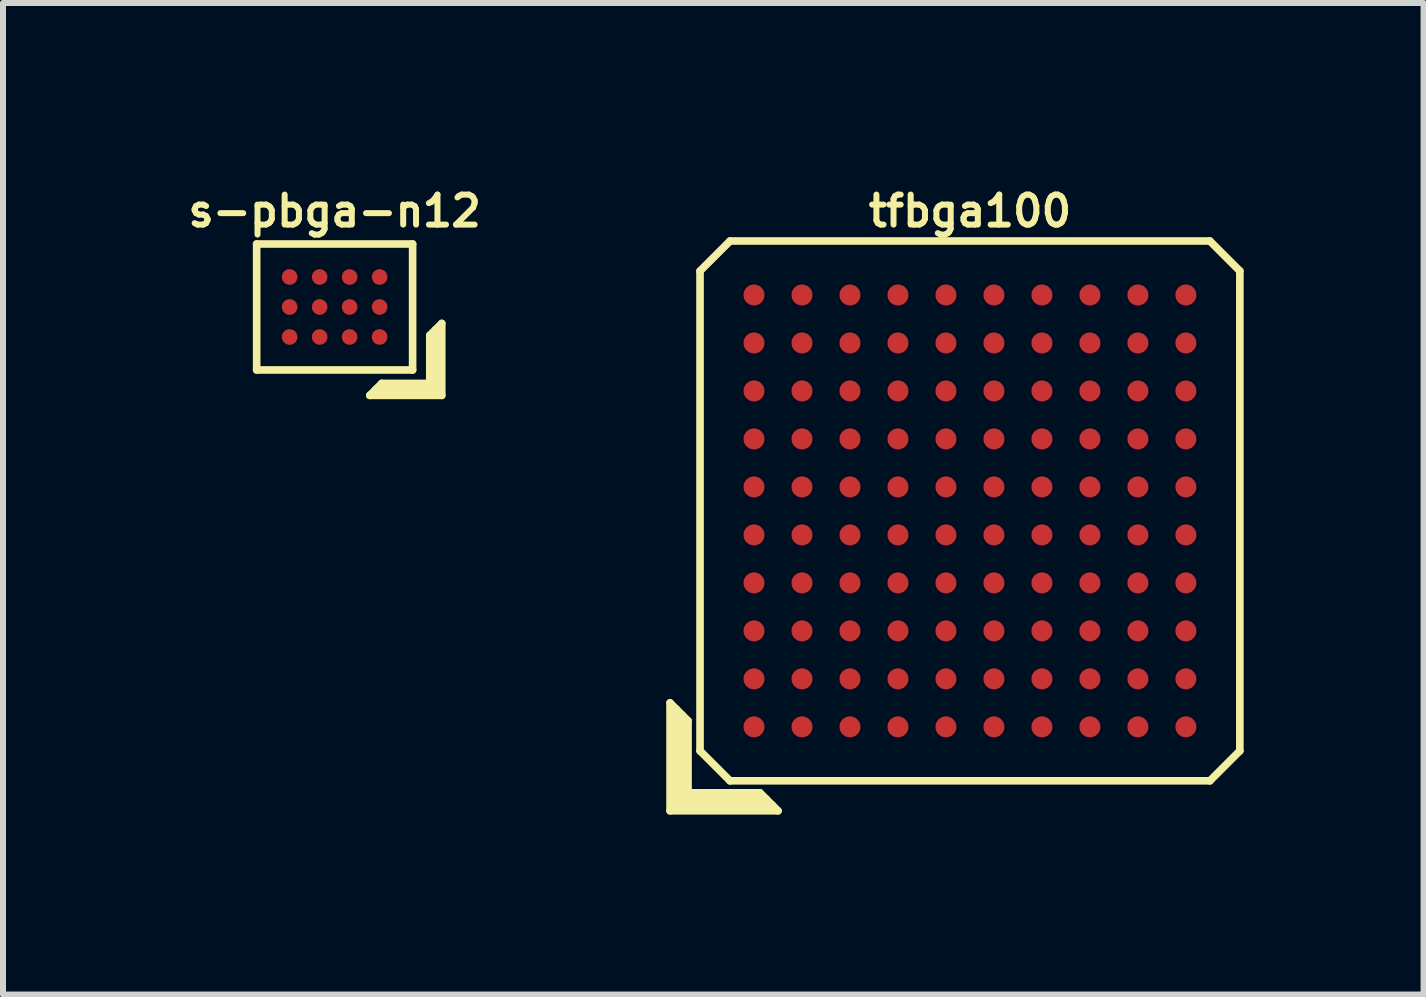
<source format=kicad_pcb>
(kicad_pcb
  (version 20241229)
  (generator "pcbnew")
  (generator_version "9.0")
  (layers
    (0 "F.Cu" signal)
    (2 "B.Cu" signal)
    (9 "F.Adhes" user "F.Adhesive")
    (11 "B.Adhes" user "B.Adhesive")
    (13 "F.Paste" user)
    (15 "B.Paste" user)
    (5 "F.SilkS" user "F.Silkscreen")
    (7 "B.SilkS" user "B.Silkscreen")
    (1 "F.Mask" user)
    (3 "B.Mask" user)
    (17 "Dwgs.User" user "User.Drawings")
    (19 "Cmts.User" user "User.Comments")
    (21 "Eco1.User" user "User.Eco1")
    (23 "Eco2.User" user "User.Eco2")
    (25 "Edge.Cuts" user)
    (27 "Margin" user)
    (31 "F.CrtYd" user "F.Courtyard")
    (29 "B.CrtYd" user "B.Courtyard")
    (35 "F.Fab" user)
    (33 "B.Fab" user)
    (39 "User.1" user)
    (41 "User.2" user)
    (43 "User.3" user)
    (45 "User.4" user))
  (footprint "tfbga100"
    (layer "F.Cu")
    (at 13.121 5.468)
    (property "Reference" "tfbga100" (at 0 -5 0) (layer "F.SilkS") (effects (font (size 0.5 0.5) (thickness 0.1))))
    (attr smd)
    (fp_line (start -5 3.2) (end -4.7 3.5) (stroke (width 0.127) (type solid)) (layer "F.SilkS"))
    (fp_line (start -5 5) (end -5 3.2) (stroke (width 0.127) (type solid)) (layer "F.SilkS"))
    (fp_line (start -4.9 4.9) (end -4.9 3.3) (stroke (width 0.127) (type solid)) (layer "F.SilkS"))
    (fp_line (start -4.8 3.4) (end -4.8 4.8) (stroke (width 0.127) (type solid)) (layer "F.SilkS"))
    (fp_line (start -4.8 4.8) (end -3.4 4.8) (stroke (width 0.127) (type solid)) (layer "F.SilkS"))
    (fp_line (start -4.7 3.5) (end -4.7 4.7) (stroke (width 0.127) (type solid)) (layer "F.SilkS"))
    (fp_line (start -4.7 4.7) (end -3.5 4.7) (stroke (width 0.127) (type solid)) (layer "F.SilkS"))
    (fp_line (start -4.5 -4) (end -4 -4.5) (stroke (width 0.127) (type solid)) (layer "F.SilkS"))
    (fp_line (start -4.5 4) (end -4.5 -4) (stroke (width 0.127) (type solid)) (layer "F.SilkS"))
    (fp_line (start -4 -4.5) (end 4 -4.5) (stroke (width 0.127) (type solid)) (layer "F.SilkS"))
    (fp_line (start -4 4.5) (end -4.5 4) (stroke (width 0.127) (type solid)) (layer "F.SilkS"))
    (fp_line (start -3.5 4.7) (end -3.2 5) (stroke (width 0.127) (type solid)) (layer "F.SilkS"))
    (fp_line (start -3.3 4.9) (end -4.9 4.9) (stroke (width 0.127) (type solid)) (layer "F.SilkS"))
    (fp_line (start -3.2 5) (end -5 5) (stroke (width 0.127) (type solid)) (layer "F.SilkS"))
    (fp_line (start 4 -4.5) (end 4.5 -4) (stroke (width 0.127) (type solid)) (layer "F.SilkS"))
    (fp_line (start 4 4.5) (end -4 4.5) (stroke (width 0.127) (type solid)) (layer "F.SilkS"))
    (fp_line (start 4.5 -4) (end 4.5 4) (stroke (width 0.127) (type solid)) (layer "F.SilkS"))
    (fp_line (start 4.5 4) (end 4 4.5) (stroke (width 0.127) (type solid)) (layer "F.SilkS"))
    (pad "A1" smd circle (at -3.6 3.6) (size 0.35 0.35) (layers "F.Cu" "F.Mask" "F.Paste"))
    (pad "A2" smd circle (at -2.8 3.6) (size 0.35 0.35) (layers "F.Cu" "F.Mask" "F.Paste"))
    (pad "A3" smd circle (at -2 3.6) (size 0.35 0.35) (layers "F.Cu" "F.Mask" "F.Paste"))
    (pad "A4" smd circle (at -1.2 3.6) (size 0.35 0.35) (layers "F.Cu" "F.Mask" "F.Paste"))
    (pad "A5" smd circle (at -0.4 3.6) (size 0.35 0.35) (layers "F.Cu" "F.Mask" "F.Paste"))
    (pad "A6" smd circle (at 0.4 3.6) (size 0.35 0.35) (layers "F.Cu" "F.Mask" "F.Paste"))
    (pad "A7" smd circle (at 1.2 3.6) (size 0.35 0.35) (layers "F.Cu" "F.Mask" "F.Paste"))
    (pad "A8" smd circle (at 2 3.6) (size 0.35 0.35) (layers "F.Cu" "F.Mask" "F.Paste"))
    (pad "A9" smd circle (at 2.8 3.6) (size 0.35 0.35) (layers "F.Cu" "F.Mask" "F.Paste"))
    (pad "A10" smd circle (at 3.6 3.6) (size 0.35 0.35) (layers "F.Cu" "F.Mask" "F.Paste"))
    (pad "B1" smd circle (at -3.6 2.8) (size 0.35 0.35) (layers "F.Cu" "F.Mask" "F.Paste"))
    (pad "B2" smd circle (at -2.8 2.8) (size 0.35 0.35) (layers "F.Cu" "F.Mask" "F.Paste"))
    (pad "B3" smd circle (at -2 2.8) (size 0.35 0.35) (layers "F.Cu" "F.Mask" "F.Paste"))
    (pad "B4" smd circle (at -1.2 2.8) (size 0.35 0.35) (layers "F.Cu" "F.Mask" "F.Paste"))
    (pad "B5" smd circle (at -0.4 2.8) (size 0.35 0.35) (layers "F.Cu" "F.Mask" "F.Paste"))
    (pad "B6" smd circle (at 0.4 2.8) (size 0.35 0.35) (layers "F.Cu" "F.Mask" "F.Paste"))
    (pad "B7" smd circle (at 1.2 2.8) (size 0.35 0.35) (layers "F.Cu" "F.Mask" "F.Paste"))
    (pad "B8" smd circle (at 2 2.8) (size 0.35 0.35) (layers "F.Cu" "F.Mask" "F.Paste"))
    (pad "B9" smd circle (at 2.8 2.8) (size 0.35 0.35) (layers "F.Cu" "F.Mask" "F.Paste"))
    (pad "B10" smd circle (at 3.6 2.8) (size 0.35 0.35) (layers "F.Cu" "F.Mask" "F.Paste"))
    (pad "C1" smd circle (at -3.6 2) (size 0.35 0.35) (layers "F.Cu" "F.Mask" "F.Paste"))
    (pad "C2" smd circle (at -2.8 2) (size 0.35 0.35) (layers "F.Cu" "F.Mask" "F.Paste"))
    (pad "C3" smd circle (at -2 2) (size 0.35 0.35) (layers "F.Cu" "F.Mask" "F.Paste"))
    (pad "C4" smd circle (at -1.2 2) (size 0.35 0.35) (layers "F.Cu" "F.Mask" "F.Paste"))
    (pad "C5" smd circle (at -0.4 2) (size 0.35 0.35) (layers "F.Cu" "F.Mask" "F.Paste"))
    (pad "C6" smd circle (at 0.4 2) (size 0.35 0.35) (layers "F.Cu" "F.Mask" "F.Paste"))
    (pad "C7" smd circle (at 1.2 2) (size 0.35 0.35) (layers "F.Cu" "F.Mask" "F.Paste"))
    (pad "C8" smd circle (at 2 2) (size 0.35 0.35) (layers "F.Cu" "F.Mask" "F.Paste"))
    (pad "C9" smd circle (at 2.8 2) (size 0.35 0.35) (layers "F.Cu" "F.Mask" "F.Paste"))
    (pad "C10" smd circle (at 3.6 2) (size 0.35 0.35) (layers "F.Cu" "F.Mask" "F.Paste"))
    (pad "D1" smd circle (at -3.6 1.2) (size 0.35 0.35) (layers "F.Cu" "F.Mask" "F.Paste"))
    (pad "D2" smd circle (at -2.8 1.2) (size 0.35 0.35) (layers "F.Cu" "F.Mask" "F.Paste"))
    (pad "D3" smd circle (at -2 1.2) (size 0.35 0.35) (layers "F.Cu" "F.Mask" "F.Paste"))
    (pad "D4" smd circle (at -1.2 1.2) (size 0.35 0.35) (layers "F.Cu" "F.Mask" "F.Paste"))
    (pad "D5" smd circle (at -0.4 1.2) (size 0.35 0.35) (layers "F.Cu" "F.Mask" "F.Paste"))
    (pad "D6" smd circle (at 0.4 1.2) (size 0.35 0.35) (layers "F.Cu" "F.Mask" "F.Paste"))
    (pad "D7" smd circle (at 1.2 1.2) (size 0.35 0.35) (layers "F.Cu" "F.Mask" "F.Paste"))
    (pad "D8" smd circle (at 2 1.2) (size 0.35 0.35) (layers "F.Cu" "F.Mask" "F.Paste"))
    (pad "D9" smd circle (at 2.8 1.2) (size 0.35 0.35) (layers "F.Cu" "F.Mask" "F.Paste"))
    (pad "D10" smd circle (at 3.6 1.2) (size 0.35 0.35) (layers "F.Cu" "F.Mask" "F.Paste"))
    (pad "E1" smd circle (at -3.6 0.4) (size 0.35 0.35) (layers "F.Cu" "F.Mask" "F.Paste"))
    (pad "E2" smd circle (at -2.8 0.4) (size 0.35 0.35) (layers "F.Cu" "F.Mask" "F.Paste"))
    (pad "E3" smd circle (at -2 0.4) (size 0.35 0.35) (layers "F.Cu" "F.Mask" "F.Paste"))
    (pad "E4" smd circle (at -1.2 0.4) (size 0.35 0.35) (layers "F.Cu" "F.Mask" "F.Paste"))
    (pad "E5" smd circle (at -0.4 0.4) (size 0.35 0.35) (layers "F.Cu" "F.Mask" "F.Paste"))
    (pad "E6" smd circle (at 0.4 0.4) (size 0.35 0.35) (layers "F.Cu" "F.Mask" "F.Paste"))
    (pad "E7" smd circle (at 1.2 0.4) (size 0.35 0.35) (layers "F.Cu" "F.Mask" "F.Paste"))
    (pad "E8" smd circle (at 2 0.4) (size 0.35 0.35) (layers "F.Cu" "F.Mask" "F.Paste"))
    (pad "E9" smd circle (at 2.8 0.4) (size 0.35 0.35) (layers "F.Cu" "F.Mask" "F.Paste"))
    (pad "E10" smd circle (at 3.6 0.4) (size 0.35 0.35) (layers "F.Cu" "F.Mask" "F.Paste"))
    (pad "F1" smd circle (at -3.6 -0.4) (size 0.35 0.35) (layers "F.Cu" "F.Mask" "F.Paste"))
    (pad "F2" smd circle (at -2.8 -0.4) (size 0.35 0.35) (layers "F.Cu" "F.Mask" "F.Paste"))
    (pad "F3" smd circle (at -2 -0.4) (size 0.35 0.35) (layers "F.Cu" "F.Mask" "F.Paste"))
    (pad "F4" smd circle (at -1.2 -0.4) (size 0.35 0.35) (layers "F.Cu" "F.Mask" "F.Paste"))
    (pad "F5" smd circle (at -0.4 -0.4) (size 0.35 0.35) (layers "F.Cu" "F.Mask" "F.Paste"))
    (pad "F6" smd circle (at 0.4 -0.4) (size 0.35 0.35) (layers "F.Cu" "F.Mask" "F.Paste"))
    (pad "F7" smd circle (at 1.2 -0.4) (size 0.35 0.35) (layers "F.Cu" "F.Mask" "F.Paste"))
    (pad "F8" smd circle (at 2 -0.4) (size 0.35 0.35) (layers "F.Cu" "F.Mask" "F.Paste"))
    (pad "F9" smd circle (at 2.8 -0.4) (size 0.35 0.35) (layers "F.Cu" "F.Mask" "F.Paste"))
    (pad "F10" smd circle (at 3.6 -0.4) (size 0.35 0.35) (layers "F.Cu" "F.Mask" "F.Paste"))
    (pad "G1" smd circle (at -3.6 -1.2) (size 0.35 0.35) (layers "F.Cu" "F.Mask" "F.Paste"))
    (pad "G2" smd circle (at -2.8 -1.2) (size 0.35 0.35) (layers "F.Cu" "F.Mask" "F.Paste"))
    (pad "G3" smd circle (at -2 -1.2) (size 0.35 0.35) (layers "F.Cu" "F.Mask" "F.Paste"))
    (pad "G4" smd circle (at -1.2 -1.2) (size 0.35 0.35) (layers "F.Cu" "F.Mask" "F.Paste"))
    (pad "G5" smd circle (at -0.4 -1.2) (size 0.35 0.35) (layers "F.Cu" "F.Mask" "F.Paste"))
    (pad "G6" smd circle (at 0.4 -1.2) (size 0.35 0.35) (layers "F.Cu" "F.Mask" "F.Paste"))
    (pad "G7" smd circle (at 1.2 -1.2) (size 0.35 0.35) (layers "F.Cu" "F.Mask" "F.Paste"))
    (pad "G8" smd circle (at 2 -1.2) (size 0.35 0.35) (layers "F.Cu" "F.Mask" "F.Paste"))
    (pad "G9" smd circle (at 2.8 -1.2) (size 0.35 0.35) (layers "F.Cu" "F.Mask" "F.Paste"))
    (pad "G10" smd circle (at 3.6 -1.2) (size 0.35 0.35) (layers "F.Cu" "F.Mask" "F.Paste"))
    (pad "H1" smd circle (at -3.6 -2) (size 0.35 0.35) (layers "F.Cu" "F.Mask" "F.Paste"))
    (pad "H2" smd circle (at -2.8 -2) (size 0.35 0.35) (layers "F.Cu" "F.Mask" "F.Paste"))
    (pad "H3" smd circle (at -2 -2) (size 0.35 0.35) (layers "F.Cu" "F.Mask" "F.Paste"))
    (pad "H4" smd circle (at -1.2 -2) (size 0.35 0.35) (layers "F.Cu" "F.Mask" "F.Paste"))
    (pad "H5" smd circle (at -0.4 -2) (size 0.35 0.35) (layers "F.Cu" "F.Mask" "F.Paste"))
    (pad "H6" smd circle (at 0.4 -2) (size 0.35 0.35) (layers "F.Cu" "F.Mask" "F.Paste"))
    (pad "H7" smd circle (at 1.2 -2) (size 0.35 0.35) (layers "F.Cu" "F.Mask" "F.Paste"))
    (pad "H8" smd circle (at 2 -2) (size 0.35 0.35) (layers "F.Cu" "F.Mask" "F.Paste"))
    (pad "H9" smd circle (at 2.8 -2) (size 0.35 0.35) (layers "F.Cu" "F.Mask" "F.Paste"))
    (pad "H10" smd circle (at 3.6 -2) (size 0.35 0.35) (layers "F.Cu" "F.Mask" "F.Paste"))
    (pad "J1" smd circle (at -3.6 -2.8) (size 0.35 0.35) (layers "F.Cu" "F.Mask" "F.Paste"))
    (pad "J2" smd circle (at -2.8 -2.8) (size 0.35 0.35) (layers "F.Cu" "F.Mask" "F.Paste"))
    (pad "J3" smd circle (at -2 -2.8) (size 0.35 0.35) (layers "F.Cu" "F.Mask" "F.Paste"))
    (pad "J4" smd circle (at -1.2 -2.8) (size 0.35 0.35) (layers "F.Cu" "F.Mask" "F.Paste"))
    (pad "J5" smd circle (at -0.4 -2.8) (size 0.35 0.35) (layers "F.Cu" "F.Mask" "F.Paste"))
    (pad "J6" smd circle (at 0.4 -2.8) (size 0.35 0.35) (layers "F.Cu" "F.Mask" "F.Paste"))
    (pad "J7" smd circle (at 1.2 -2.8) (size 0.35 0.35) (layers "F.Cu" "F.Mask" "F.Paste"))
    (pad "J8" smd circle (at 2 -2.8) (size 0.35 0.35) (layers "F.Cu" "F.Mask" "F.Paste"))
    (pad "J9" smd circle (at 2.8 -2.8) (size 0.35 0.35) (layers "F.Cu" "F.Mask" "F.Paste"))
    (pad "J10" smd circle (at 3.6 -2.8) (size 0.35 0.35) (layers "F.Cu" "F.Mask" "F.Paste"))
    (pad "K1" smd circle (at -3.6 -3.6) (size 0.35 0.35) (layers "F.Cu" "F.Mask" "F.Paste"))
    (pad "K2" smd circle (at -2.8 -3.6) (size 0.35 0.35) (layers "F.Cu" "F.Mask" "F.Paste"))
    (pad "K3" smd circle (at -2 -3.6) (size 0.35 0.35) (layers "F.Cu" "F.Mask" "F.Paste"))
    (pad "K4" smd circle (at -1.2 -3.6) (size 0.35 0.35) (layers "F.Cu" "F.Mask" "F.Paste"))
    (pad "K5" smd circle (at -0.4 -3.6) (size 0.35 0.35) (layers "F.Cu" "F.Mask" "F.Paste"))
    (pad "K6" smd circle (at 0.4 -3.6) (size 0.35 0.35) (layers "F.Cu" "F.Mask" "F.Paste"))
    (pad "K7" smd circle (at 1.2 -3.6) (size 0.35 0.35) (layers "F.Cu" "F.Mask" "F.Paste"))
    (pad "K8" smd circle (at 2 -3.6) (size 0.35 0.35) (layers "F.Cu" "F.Mask" "F.Paste"))
    (pad "K9" smd circle (at 2.8 -3.6) (size 0.35 0.35) (layers "F.Cu" "F.Mask" "F.Paste"))
    (pad "K10" smd circle (at 3.6 -3.6) (size 0.35 0.35) (layers "F.Cu" "F.Mask" "F.Paste")))
  (footprint "s-pbga-n12"
    (layer "F.Cu")
    (at 2.529 2.068)
    (property "Reference" "s-pbga-n12" (at 0 -1.6 0) (layer "F.SilkS") (effects (font (size 0.5 0.5) (thickness 0.1))))
    (attr smd)
    (fp_line (start -1.3 -1.05) (end -1.3 1.05) (stroke (width 0.127) (type solid)) (layer "F.SilkS"))
    (fp_line (start -1.3 -1.05) (end 1.3 -1.05) (stroke (width 0.127) (type solid)) (layer "F.SilkS"))
    (fp_line (start -1.3 1.05) (end 1.3 1.05) (stroke (width 0.127) (type solid)) (layer "F.SilkS"))
    (fp_line (start 0.586 1.474) (end 0.786 1.274) (stroke (width 0.127) (type solid)) (layer "F.SilkS"))
    (fp_line (start 0.686 1.374) (end 1.686 1.374) (stroke (width 0.127) (type solid)) (layer "F.SilkS"))
    (fp_line (start 0.786 1.274) (end 1.586 1.274) (stroke (width 0.127) (type solid)) (layer "F.SilkS"))
    (fp_line (start 1.3 -1.05) (end 1.3 1.05) (stroke (width 0.127) (type solid)) (layer "F.SilkS"))
    (fp_line (start 1.586 0.474) (end 1.786 0.274) (stroke (width 0.127) (type solid)) (layer "F.SilkS"))
    (fp_line (start 1.586 1.274) (end 1.586 0.474) (stroke (width 0.127) (type solid)) (layer "F.SilkS"))
    (fp_line (start 1.686 1.374) (end 1.686 0.374) (stroke (width 0.127) (type solid)) (layer "F.SilkS"))
    (fp_line (start 1.786 0.274) (end 1.786 1.474) (stroke (width 0.127) (type solid)) (layer "F.SilkS"))
    (fp_line (start 1.786 1.474) (end 0.586 1.474) (stroke (width 0.127) (type solid)) (layer "F.SilkS"))
    (pad "A1" smd circle (at 0.75 0.5) (size 0.26 0.26) (layers "F.Cu" "F.Mask" "F.Paste"))
    (pad "A2" smd circle (at 0.25 0.5) (size 0.26 0.26) (layers "F.Cu" "F.Mask" "F.Paste"))
    (pad "A3" smd circle (at -0.25 0.5) (size 0.26 0.26) (layers "F.Cu" "F.Mask" "F.Paste"))
    (pad "A4" smd circle (at -0.75 0.5) (size 0.26 0.26) (layers "F.Cu" "F.Mask" "F.Paste"))
    (pad "B1" smd circle (at 0.75 0) (size 0.26 0.26) (layers "F.Cu" "F.Mask" "F.Paste"))
    (pad "B2" smd circle (at 0.25 0) (size 0.26 0.26) (layers "F.Cu" "F.Mask" "F.Paste"))
    (pad "B3" smd circle (at -0.25 0) (size 0.26 0.26) (layers "F.Cu" "F.Mask" "F.Paste"))
    (pad "B4" smd circle (at -0.75 0) (size 0.26 0.26) (layers "F.Cu" "F.Mask" "F.Paste"))
    (pad "C1" smd circle (at 0.75 -0.5) (size 0.26 0.26) (layers "F.Cu" "F.Mask" "F.Paste"))
    (pad "C2" smd circle (at 0.25 -0.5) (size 0.26 0.26) (layers "F.Cu" "F.Mask" "F.Paste"))
    (pad "C3" smd circle (at -0.25 -0.5) (size 0.26 0.26) (layers "F.Cu" "F.Mask" "F.Paste"))
    (pad "C4" smd circle (at -0.75 -0.5) (size 0.26 0.26) (layers "F.Cu" "F.Mask" "F.Paste")))
  (gr_rect
    (start -3 -3)
    (end 20.684 13.531)
    (stroke (width 0.1) (type default))
    (fill no)
    (layer "Edge.Cuts")))
</source>
